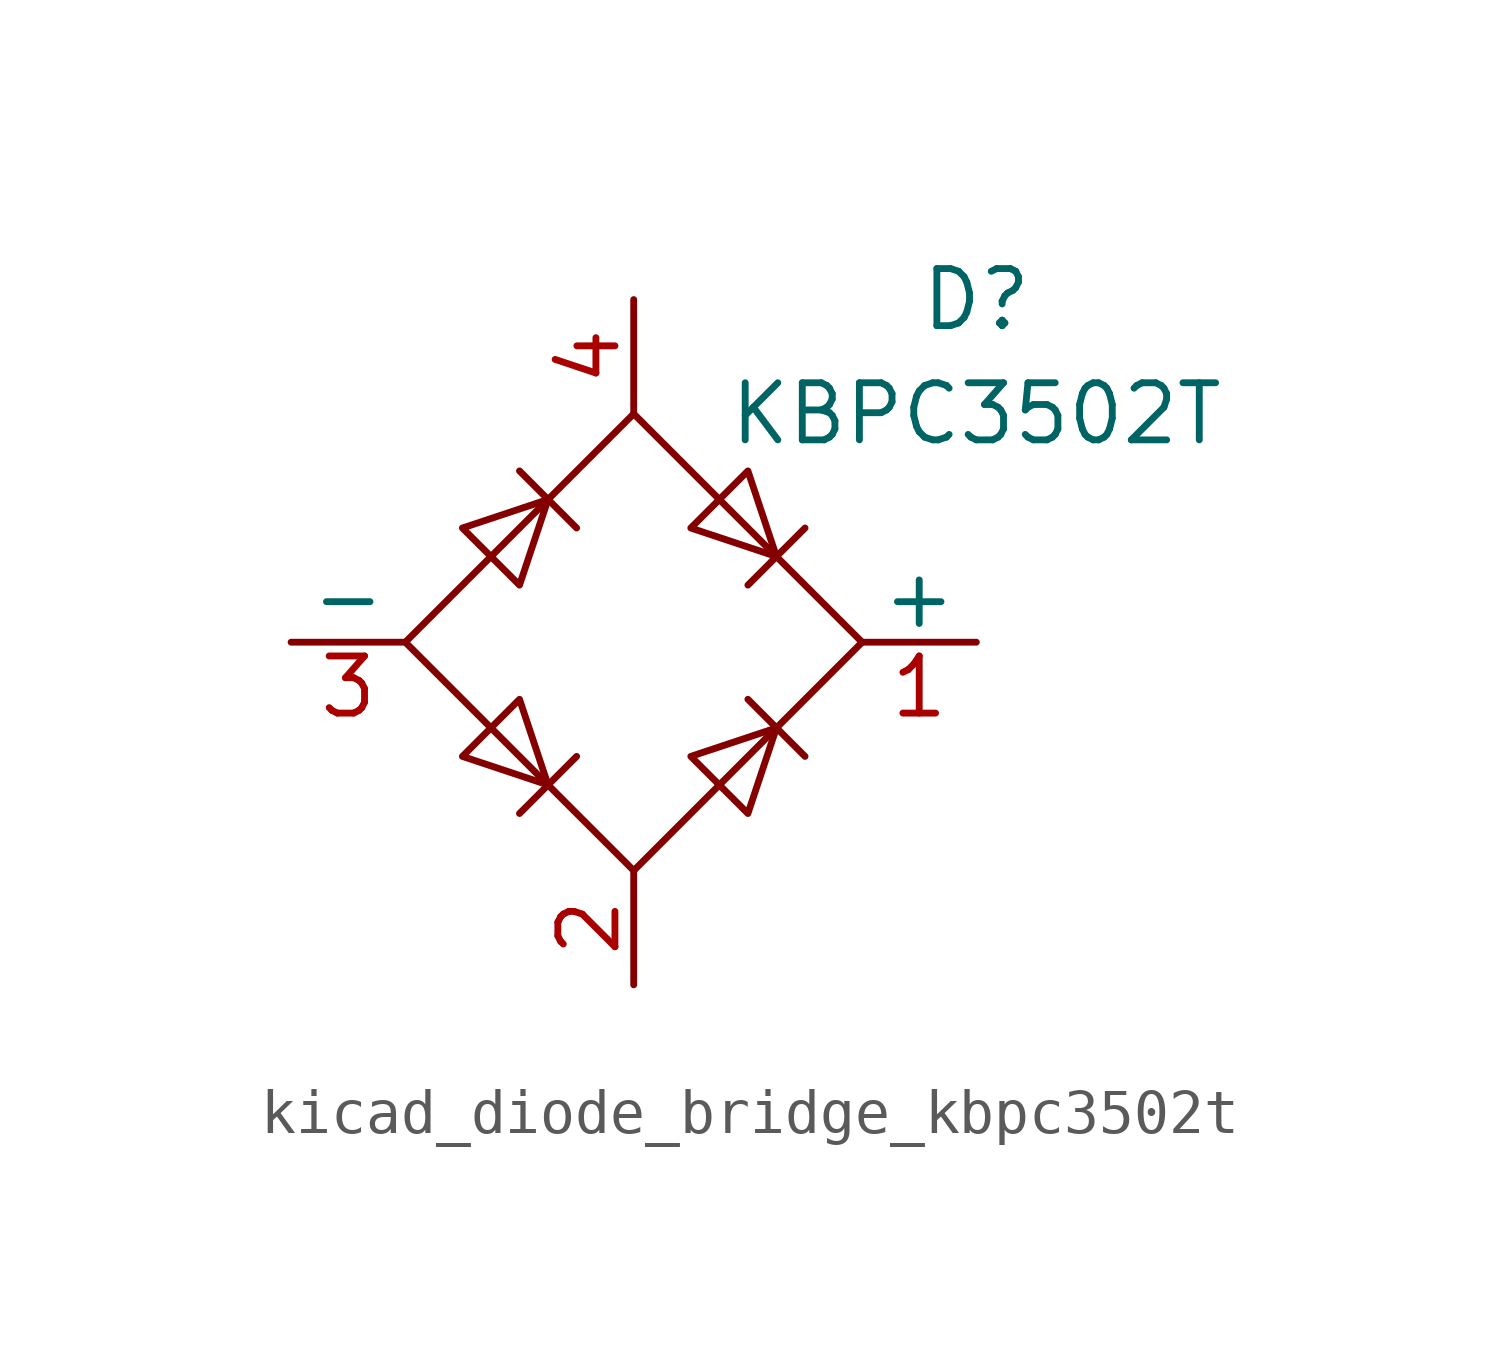
<source format=kicad_sym>
(kicad_symbol_lib
  (version 20220914)
  (generator kicad_symbol_editor)
  (symbol "kicad_diode_bridge_kbpc3502t"
    (pin_names
      (offset 0))
    (property "Reference" "D"
      (at 7.62 7.62 0)
      (effects (font (size 1.27 1.27))))
    (property "Value" "KBPC3502T"
      (at 7.62 5.08 0)
      (effects (font (size 1.27 1.27))))
    (symbol "kicad_diode_bridge_kbpc3502t_0_1"
      (polyline (pts (xy -2.54 3.81) (xy -1.27 2.54)) (stroke (width 0) (type default)) (fill (type none)))
      (polyline (pts (xy -1.27 -2.54) (xy -2.54 -3.81)) (stroke (width 0) (type default)) (fill (type none)))
      (polyline (pts (xy 2.54 -1.27) (xy 3.81 -2.54)) (stroke (width 0) (type default)) (fill (type none)))
      (polyline (pts (xy 2.54 1.27) (xy 3.81 2.54)) (stroke (width 0) (type default)) (fill (type none)))
      (polyline (pts (xy -3.81 2.54) (xy -2.54 1.27) (xy -1.905 3.175) (xy -3.81 2.54)) (stroke (width 0) (type default)) (fill (type none)))
      (polyline (pts (xy -2.54 -1.27) (xy -3.81 -2.54) (xy -1.905 -3.175) (xy -2.54 -1.27)) (stroke (width 0) (type default)) (fill (type none)))
      (polyline (pts (xy 1.27 2.54) (xy 2.54 3.81) (xy 3.175 1.905) (xy 1.27 2.54)) (stroke (width 0) (type default)) (fill (type none)))
      (polyline (pts (xy 3.175 -1.905) (xy 1.27 -2.54) (xy 2.54 -3.81) (xy 3.175 -1.905)) (stroke (width 0) (type default)) (fill (type none)))
      (polyline (pts (xy -5.08 0) (xy 0 -5.08) (xy 5.08 0) (xy 0 5.08) (xy -5.08 0)) (stroke (width 0) (type default)) (fill (type none))))
    (symbol "kicad_diode_bridge_kbpc3502t_1_1"
      (pin passive line (at 7.62 0 180) (length 2.54) (name "+" (effects (font (size 1.27 1.27)))) (number "1" (effects (font (size 1.27 1.27)))))
      (pin passive line (at 0 -7.62 90) (length 2.54) (name "~" (effects (font (size 1.27 1.27)))) (number "2" (effects (font (size 1.27 1.27)))))
      (pin passive line (at -7.62 0 0) (length 2.54) (name "-" (effects (font (size 1.27 1.27)))) (number "3" (effects (font (size 1.27 1.27)))))
      (pin passive line (at 0 7.62 270) (length 2.54) (name "~" (effects (font (size 1.27 1.27)))) (number "4" (effects (font (size 1.27 1.27))))))))
</source>
